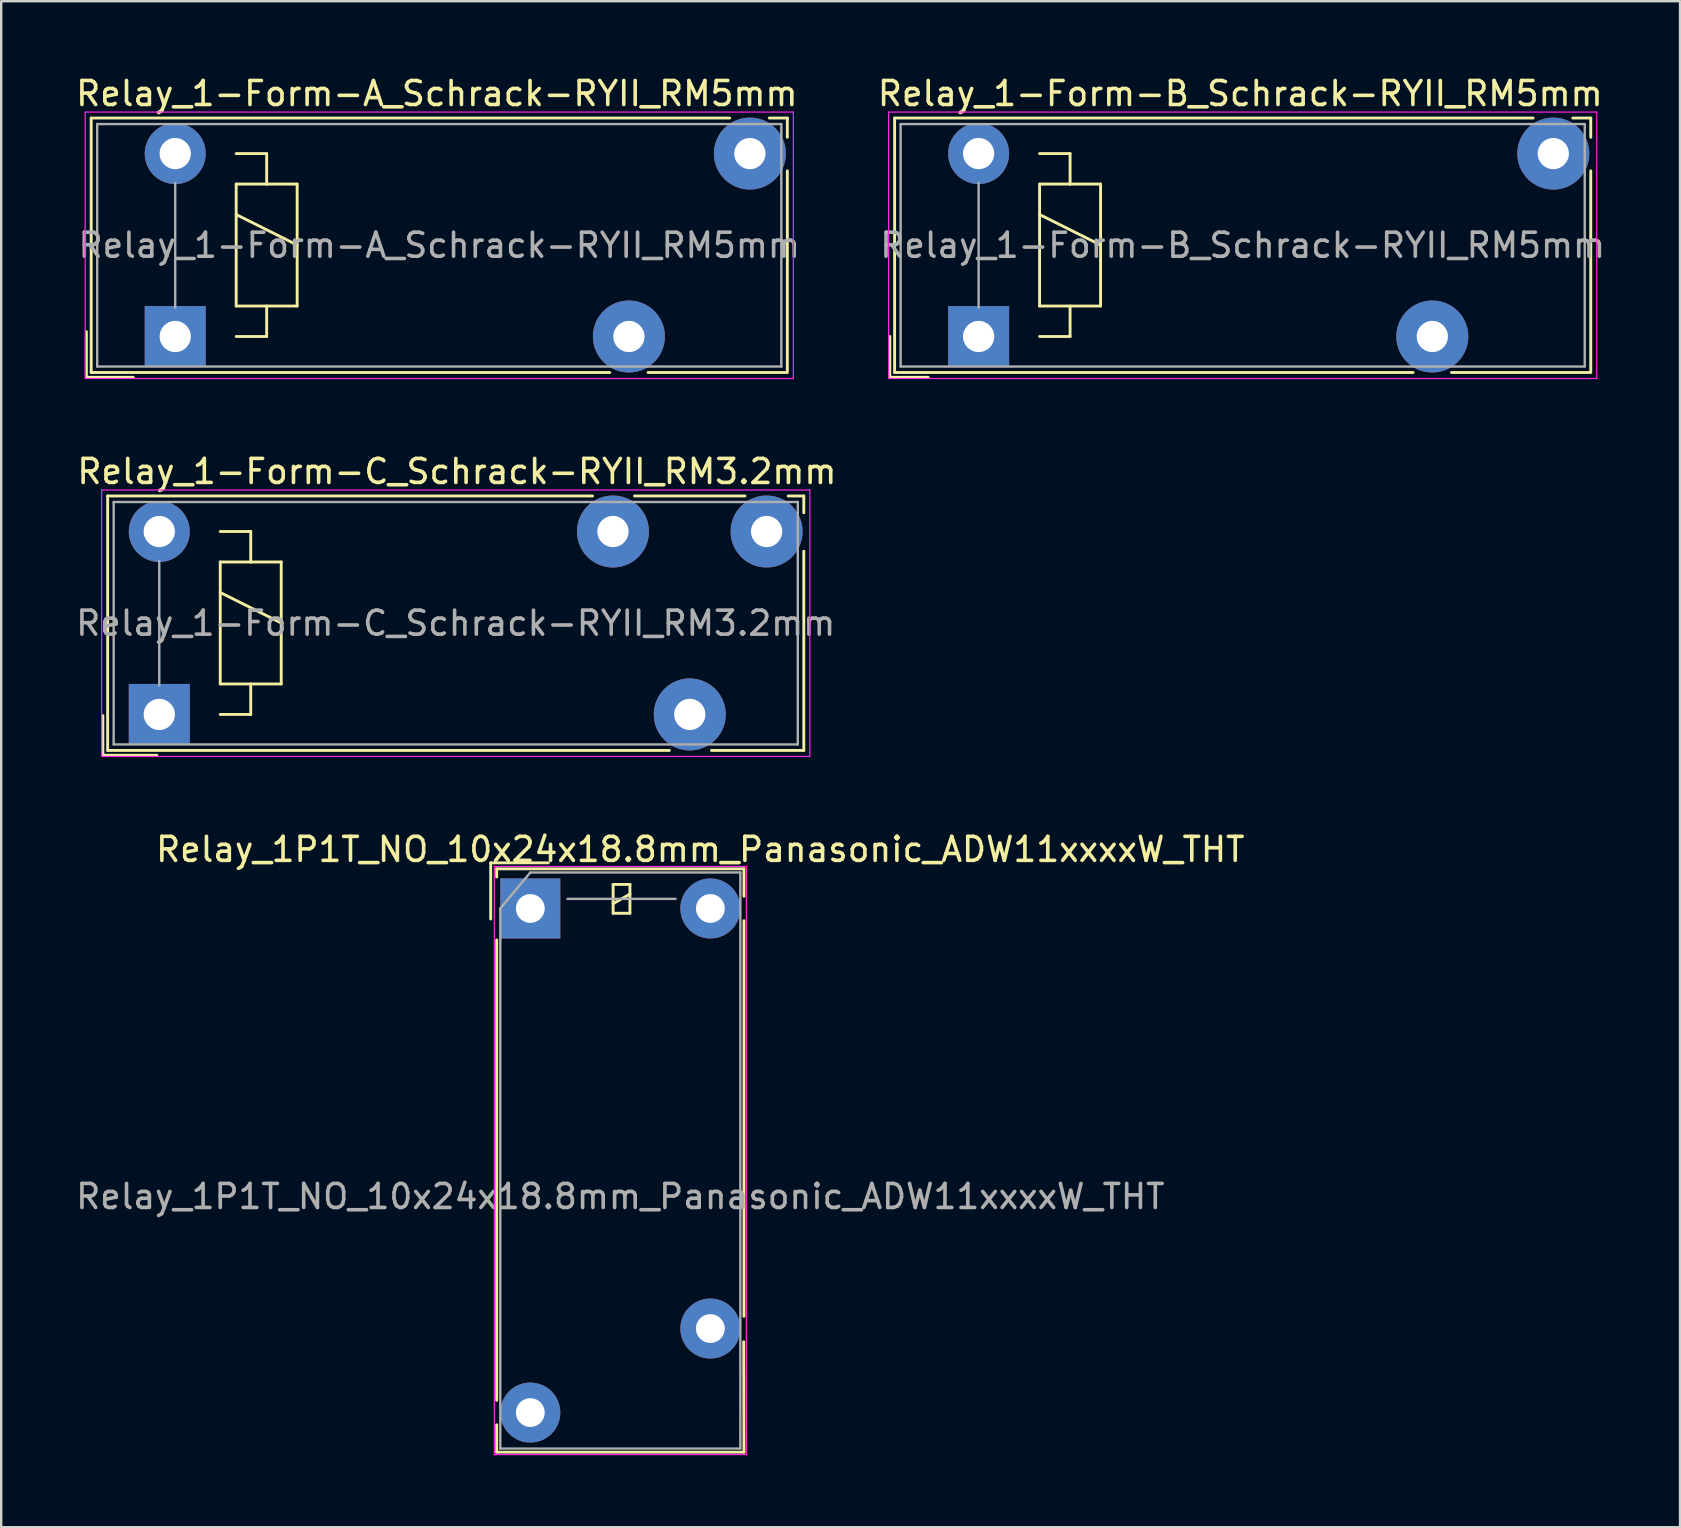
<source format=kicad_pcb>
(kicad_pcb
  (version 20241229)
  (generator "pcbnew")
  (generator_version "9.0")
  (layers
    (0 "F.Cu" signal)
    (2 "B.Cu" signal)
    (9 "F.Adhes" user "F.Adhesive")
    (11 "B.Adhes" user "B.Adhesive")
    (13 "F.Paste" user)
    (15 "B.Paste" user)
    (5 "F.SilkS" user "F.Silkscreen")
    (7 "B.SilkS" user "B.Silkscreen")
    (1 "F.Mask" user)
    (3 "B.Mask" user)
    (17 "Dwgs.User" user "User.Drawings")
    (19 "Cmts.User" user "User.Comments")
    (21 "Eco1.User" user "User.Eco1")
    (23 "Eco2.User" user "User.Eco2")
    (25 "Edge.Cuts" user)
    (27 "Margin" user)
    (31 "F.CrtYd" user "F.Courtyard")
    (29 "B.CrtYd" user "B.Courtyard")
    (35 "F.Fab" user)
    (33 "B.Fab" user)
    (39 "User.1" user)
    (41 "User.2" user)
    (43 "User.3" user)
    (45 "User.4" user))
  (footprint "Relay_1P1T_NO_10x24x18.8mm_Panasonic_ADW11xxxxW_THT"
    (layer "F.Cu")
    (at 19.042 34.795)
    (property "Reference" "Relay_1P1T_NO_10x24x18.8mm_Panasonic_ADW11xxxxW_THT" (at 7.08 -2.46 180) (layer "F.SilkS") (effects (font (size 1 1) (thickness 0.15))))
    (attr through_hole)
    (fp_line (start -1.65 -1.9) (end 0.75 -1.9) (stroke (width 0.12) (type solid)) (layer "F.SilkS"))
    (fp_line (start -1.65 0.44) (end -1.65 -1.9) (stroke (width 0.12) (type solid)) (layer "F.SilkS"))
    (fp_line (start -1.4 -1.65) (end -1.4 -1.31) (stroke (width 0.12) (type solid)) (layer "F.SilkS"))
    (fp_line (start -1.4 1.31) (end -1.4 20.49) (stroke (width 0.12) (type solid)) (layer "F.SilkS"))
    (fp_line (start -1.4 22.65) (end -1.4 21.51) (stroke (width 0.12) (type solid)) (layer "F.SilkS"))
    (fp_line (start 3.45 -1) (end 3.45 0.2) (stroke (width 0.12) (type solid)) (layer "F.SilkS"))
    (fp_line (start 3.45 -0.2) (end 4.15 -0.6) (stroke (width 0.12) (type solid)) (layer "F.SilkS"))
    (fp_line (start 3.45 0.2) (end 4.15 0.2) (stroke (width 0.12) (type solid)) (layer "F.SilkS"))
    (fp_line (start 4.15 -1) (end 3.45 -1) (stroke (width 0.12) (type solid)) (layer "F.SilkS"))
    (fp_line (start 4.15 0.2) (end 4.15 -1) (stroke (width 0.12) (type solid)) (layer "F.SilkS"))
    (fp_line (start 8.89 18.05) (end 8.9 22.65) (stroke (width 0.12) (type solid)) (layer "F.SilkS"))
    (fp_line (start 8.9 -1.65) (end -1.4 -1.65) (stroke (width 0.12) (type solid)) (layer "F.SilkS"))
    (fp_line (start 8.9 -1.65) (end 8.9 -0.51) (stroke (width 0.12) (type solid)) (layer "F.SilkS"))
    (fp_line (start 8.9 0.51) (end 8.9 16.99) (stroke (width 0.12) (type solid)) (layer "F.SilkS"))
    (fp_line (start 8.9 22.65) (end -1.4 22.65) (stroke (width 0.12) (type solid)) (layer "F.SilkS"))
    (fp_line (start -1.5 -1.75) (end -1.5 22.75) (stroke (width 0.05) (type solid)) (layer "F.CrtYd"))
    (fp_line (start 9 -1.75) (end -1.5 -1.75) (stroke (width 0.05) (type solid)) (layer "F.CrtYd"))
    (fp_line (start 9 22.75) (end -1.5 22.75) (stroke (width 0.05) (type solid)) (layer "F.CrtYd"))
    (fp_line (start 9 22.75) (end 9 -1.75) (stroke (width 0.05) (type solid)) (layer "F.CrtYd"))
    (fp_line (start -1.25 0) (end -1.25 22.5) (stroke (width 0.1) (type solid)) (layer "F.Fab"))
    (fp_line (start -1.25 0) (end 0 -1.5) (stroke (width 0.1) (type solid)) (layer "F.Fab"))
    (fp_line (start 1.55 -0.4) (end 6.05 -0.4) (stroke (width 0.1) (type solid)) (layer "F.Fab"))
    (fp_line (start 8.75 -1.5) (end 0 -1.5) (stroke (width 0.1) (type solid)) (layer "F.Fab"))
    (fp_line (start 8.75 22.5) (end -1.25 22.5) (stroke (width 0.1) (type solid)) (layer "F.Fab"))
    (fp_line (start 8.75 22.5) (end 8.75 -1.5) (stroke (width 0.1) (type solid)) (layer "F.Fab"))
    (fp_text user "${REFERENCE}" (at 3.75 12 180) (layer "F.Fab") (effects (font (size 1 1) (thickness 0.15))))
    (pad "1" thru_hole rect (at 0 0) (size 2.5 2.5) (drill 1.2) (layers "*.Cu" "*.Mask"))
    (pad "3" thru_hole oval (at 0 21) (size 2.5 2.5) (drill 1.2) (layers "*.Cu" "*.Mask"))
    (pad "5" thru_hole oval (at 7.5 17.5) (size 2.5 2.5) (drill 1.2) (layers "*.Cu" "*.Mask"))
    (pad "6" thru_hole oval (at 7.5 0) (size 2.5 2.5) (drill 1.2) (layers "*.Cu" "*.Mask")))
  (footprint "Relay_1-Form-A_Schrack-RYII_RM5mm"
    (layer "F.Cu")
    (at 4.249 10.968)
    (property "Reference" "Relay_1-Form-A_Schrack-RYII_RM5mm" (at 10.9 -10.12 0) (layer "F.SilkS") (effects (font (size 1 1) (thickness 0.15))))
    (attr through_hole)
    (fp_line (start -3.7 1.7) (end -3.7 -0.2) (stroke (width 0.12) (type solid)) (layer "F.SilkS"))
    (fp_line (start -3.5 -9.1) (end 23.1 -9.1) (stroke (width 0.12) (type solid)) (layer "F.SilkS"))
    (fp_line (start -3.5 1.5) (end -3.5 -9.1) (stroke (width 0.12) (type solid)) (layer "F.SilkS"))
    (fp_line (start -1.75 1.7) (end -3.7 1.7) (stroke (width 0.12) (type solid)) (layer "F.SilkS"))
    (fp_line (start 2.54 -7.62) (end 3.81 -7.62) (stroke (width 0.12) (type solid)) (layer "F.SilkS"))
    (fp_line (start 2.54 -6.35) (end 3.81 -6.35) (stroke (width 0.12) (type solid)) (layer "F.SilkS"))
    (fp_line (start 2.54 -5.08) (end 5.08 -3.81) (stroke (width 0.12) (type solid)) (layer "F.SilkS"))
    (fp_line (start 2.54 -1.27) (end 2.54 -6.35) (stroke (width 0.12) (type solid)) (layer "F.SilkS"))
    (fp_line (start 3.81 -7.62) (end 3.81 -6.35) (stroke (width 0.12) (type solid)) (layer "F.SilkS"))
    (fp_line (start 3.81 -6.35) (end 5.08 -6.35) (stroke (width 0.12) (type solid)) (layer "F.SilkS"))
    (fp_line (start 3.81 -1.27) (end 3.81 0) (stroke (width 0.12) (type solid)) (layer "F.SilkS"))
    (fp_line (start 3.81 0) (end 2.54 0) (stroke (width 0.12) (type solid)) (layer "F.SilkS"))
    (fp_line (start 5.08 -6.35) (end 5.08 -1.27) (stroke (width 0.12) (type solid)) (layer "F.SilkS"))
    (fp_line (start 5.08 -1.27) (end 2.54 -1.27) (stroke (width 0.12) (type solid)) (layer "F.SilkS"))
    (fp_line (start 18.1 1.5) (end -3.5 1.5) (stroke (width 0.12) (type solid)) (layer "F.SilkS"))
    (fp_line (start 24.75 -9.1) (end 25.5 -9.1) (stroke (width 0.12) (type solid)) (layer "F.SilkS"))
    (fp_line (start 25.45 1.5) (end 19.7 1.5) (stroke (width 0.12) (type solid)) (layer "F.SilkS"))
    (fp_line (start 25.5 -9.1) (end 25.5 -8.3) (stroke (width 0.12) (type solid)) (layer "F.SilkS"))
    (fp_line (start 25.5 -6.9) (end 25.5 1.5) (stroke (width 0.12) (type solid)) (layer "F.SilkS"))
    (fp_line (start -3.75 -9.35) (end -3.75 1.75) (stroke (width 0.05) (type solid)) (layer "F.CrtYd"))
    (fp_line (start -3.75 1.75) (end 25.75 1.75) (stroke (width 0.05) (type solid)) (layer "F.CrtYd"))
    (fp_line (start 25.75 -9.35) (end -3.75 -9.35) (stroke (width 0.05) (type solid)) (layer "F.CrtYd"))
    (fp_line (start 25.75 1.75) (end 25.75 -9.35) (stroke (width 0.05) (type solid)) (layer "F.CrtYd"))
    (fp_line (start -3.25 -8.85) (end 25.25 -8.85) (stroke (width 0.1) (type solid)) (layer "F.Fab"))
    (fp_line (start -3.25 1.25) (end -3.25 -8.85) (stroke (width 0.1) (type solid)) (layer "F.Fab"))
    (fp_line (start 0 -6.4) (end 0 -1.2) (stroke (width 0.1) (type solid)) (layer "F.Fab"))
    (fp_line (start 25.25 -8.85) (end 25.25 1.25) (stroke (width 0.1) (type solid)) (layer "F.Fab"))
    (fp_line (start 25.25 1.25) (end -3.25 1.25) (stroke (width 0.1) (type solid)) (layer "F.Fab"))
    (fp_text user "${REFERENCE}" (at 11 -3.8 0) (layer "F.Fab") (effects (font (size 1 1) (thickness 0.15))))
    (pad "11" thru_hole circle (at 18.9 0) (size 3 3) (drill 1.3) (layers "*.Cu" "*.Mask"))
    (pad "14" thru_hole circle (at 23.94 -7.62) (size 3 3) (drill 1.3) (layers "*.Cu" "*.Mask"))
    (pad "A1" thru_hole rect (at 0 0) (size 2.54 2.54) (drill 1.3) (layers "*.Cu" "*.Mask"))
    (pad "A2" thru_hole circle (at 0 -7.62) (size 2.54 2.54) (drill 1.3) (layers "*.Cu" "*.Mask")))
  (footprint "Relay_1-Form-B_Schrack-RYII_RM5mm"
    (layer "F.Cu")
    (at 37.718 10.968)
    (property "Reference" "Relay_1-Form-B_Schrack-RYII_RM5mm" (at 10.9 -10.12 0) (layer "F.SilkS") (effects (font (size 1 1) (thickness 0.15))))
    (attr through_hole)
    (fp_line (start -3.7 0) (end -3.7 1.7) (stroke (width 0.12) (type solid)) (layer "F.SilkS"))
    (fp_line (start -3.7 1.7) (end -2.1 1.7) (stroke (width 0.12) (type solid)) (layer "F.SilkS"))
    (fp_line (start -3.5 -9.1) (end 23.1 -9.1) (stroke (width 0.12) (type solid)) (layer "F.SilkS"))
    (fp_line (start -3.5 1.5) (end -3.5 -9.1) (stroke (width 0.12) (type solid)) (layer "F.SilkS"))
    (fp_line (start 2.54 -7.62) (end 3.81 -7.62) (stroke (width 0.12) (type solid)) (layer "F.SilkS"))
    (fp_line (start 2.54 -6.35) (end 3.81 -6.35) (stroke (width 0.12) (type solid)) (layer "F.SilkS"))
    (fp_line (start 2.54 -5.08) (end 5.08 -3.81) (stroke (width 0.12) (type solid)) (layer "F.SilkS"))
    (fp_line (start 2.54 -1.27) (end 2.54 -6.35) (stroke (width 0.12) (type solid)) (layer "F.SilkS"))
    (fp_line (start 3.81 -7.62) (end 3.81 -6.35) (stroke (width 0.12) (type solid)) (layer "F.SilkS"))
    (fp_line (start 3.81 -6.35) (end 5.08 -6.35) (stroke (width 0.12) (type solid)) (layer "F.SilkS"))
    (fp_line (start 3.81 -1.27) (end 3.81 0) (stroke (width 0.12) (type solid)) (layer "F.SilkS"))
    (fp_line (start 3.81 0) (end 2.54 0) (stroke (width 0.12) (type solid)) (layer "F.SilkS"))
    (fp_line (start 5.08 -6.35) (end 5.08 -1.27) (stroke (width 0.12) (type solid)) (layer "F.SilkS"))
    (fp_line (start 5.08 -1.27) (end 2.54 -1.27) (stroke (width 0.12) (type solid)) (layer "F.SilkS"))
    (fp_line (start 18.1 1.5) (end -3.5 1.5) (stroke (width 0.12) (type solid)) (layer "F.SilkS"))
    (fp_line (start 24.75 -9.1) (end 25.5 -9.1) (stroke (width 0.12) (type solid)) (layer "F.SilkS"))
    (fp_line (start 25.45 1.5) (end 19.7 1.5) (stroke (width 0.12) (type solid)) (layer "F.SilkS"))
    (fp_line (start 25.5 -9.1) (end 25.5 -8.3) (stroke (width 0.12) (type solid)) (layer "F.SilkS"))
    (fp_line (start 25.5 -6.9) (end 25.5 1.5) (stroke (width 0.12) (type solid)) (layer "F.SilkS"))
    (fp_line (start -3.75 -9.35) (end -3.75 1.75) (stroke (width 0.05) (type solid)) (layer "F.CrtYd"))
    (fp_line (start -3.75 1.75) (end 25.75 1.75) (stroke (width 0.05) (type solid)) (layer "F.CrtYd"))
    (fp_line (start 25.75 -9.35) (end -3.75 -9.35) (stroke (width 0.05) (type solid)) (layer "F.CrtYd"))
    (fp_line (start 25.75 1.75) (end 25.75 -9.35) (stroke (width 0.05) (type solid)) (layer "F.CrtYd"))
    (fp_line (start -3.25 -8.85) (end 25.25 -8.85) (stroke (width 0.1) (type solid)) (layer "F.Fab"))
    (fp_line (start -3.25 1.25) (end -3.25 -8.85) (stroke (width 0.1) (type solid)) (layer "F.Fab"))
    (fp_line (start 0 -6.4) (end 0 -1.2) (stroke (width 0.1) (type solid)) (layer "F.Fab"))
    (fp_line (start 25.25 -8.85) (end 25.25 1.25) (stroke (width 0.1) (type solid)) (layer "F.Fab"))
    (fp_line (start 25.25 1.25) (end -3.25 1.25) (stroke (width 0.1) (type solid)) (layer "F.Fab"))
    (fp_text user "${REFERENCE}" (at 11 -3.8 0) (layer "F.Fab") (effects (font (size 1 1) (thickness 0.15))))
    (pad "11" thru_hole circle (at 18.9 0) (size 3 3) (drill 1.3) (layers "*.Cu" "*.Mask"))
    (pad "12" thru_hole circle (at 23.94 -7.62) (size 3 3) (drill 1.3) (layers "*.Cu" "*.Mask"))
    (pad "A1" thru_hole rect (at 0 0) (size 2.54 2.54) (drill 1.3) (layers "*.Cu" "*.Mask"))
    (pad "A2" thru_hole circle (at 0 -7.62) (size 2.54 2.54) (drill 1.3) (layers "*.Cu" "*.Mask")))
  (footprint "Relay_1-Form-C_Schrack-RYII_RM3.2mm"
    (layer "F.Cu")
    (at 3.585 26.712)
    (property "Reference" "Relay_1-Form-C_Schrack-RYII_RM3.2mm" (at 12.4 -10.12 0) (layer "F.SilkS") (effects (font (size 1 1) (thickness 0.15))))
    (attr through_hole)
    (fp_line (start -2.35 0.05) (end -2.35 1.7) (stroke (width 0.12) (type solid)) (layer "F.SilkS"))
    (fp_line (start -2.35 1.7) (end -0.1 1.7) (stroke (width 0.12) (type solid)) (layer "F.SilkS"))
    (fp_line (start -2.15 -9.1) (end 18.05 -9.1) (stroke (width 0.12) (type solid)) (layer "F.SilkS"))
    (fp_line (start -2.15 1.5) (end -2.15 -9.1) (stroke (width 0.12) (type solid)) (layer "F.SilkS"))
    (fp_line (start 2.54 -7.62) (end 3.81 -7.62) (stroke (width 0.12) (type solid)) (layer "F.SilkS"))
    (fp_line (start 2.54 -6.35) (end 3.81 -6.35) (stroke (width 0.12) (type solid)) (layer "F.SilkS"))
    (fp_line (start 2.54 -5.08) (end 5.08 -3.81) (stroke (width 0.12) (type solid)) (layer "F.SilkS"))
    (fp_line (start 2.54 -1.27) (end 2.54 -6.35) (stroke (width 0.12) (type solid)) (layer "F.SilkS"))
    (fp_line (start 3.81 -7.62) (end 3.81 -6.35) (stroke (width 0.12) (type solid)) (layer "F.SilkS"))
    (fp_line (start 3.81 -6.35) (end 5.08 -6.35) (stroke (width 0.12) (type solid)) (layer "F.SilkS"))
    (fp_line (start 3.81 -1.27) (end 3.81 0) (stroke (width 0.12) (type solid)) (layer "F.SilkS"))
    (fp_line (start 3.81 0) (end 2.54 0) (stroke (width 0.12) (type solid)) (layer "F.SilkS"))
    (fp_line (start 5.08 -6.35) (end 5.08 -1.27) (stroke (width 0.12) (type solid)) (layer "F.SilkS"))
    (fp_line (start 5.08 -1.27) (end 2.54 -1.27) (stroke (width 0.12) (type solid)) (layer "F.SilkS"))
    (fp_line (start 19.8 -9.1) (end 24.4 -9.1) (stroke (width 0.12) (type solid)) (layer "F.SilkS"))
    (fp_line (start 21.25 1.5) (end -2.15 1.5) (stroke (width 0.12) (type solid)) (layer "F.SilkS"))
    (fp_line (start 26.2 -9.1) (end 26.85 -9.1) (stroke (width 0.12) (type solid)) (layer "F.SilkS"))
    (fp_line (start 26.85 -9.1) (end 26.85 -8.4) (stroke (width 0.12) (type solid)) (layer "F.SilkS"))
    (fp_line (start 26.85 -6.8) (end 26.85 1.5) (stroke (width 0.12) (type solid)) (layer "F.SilkS"))
    (fp_line (start 26.85 1.5) (end 23 1.5) (stroke (width 0.12) (type solid)) (layer "F.SilkS"))
    (fp_line (start -2.4 -9.35) (end -2.4 1.75) (stroke (width 0.05) (type solid)) (layer "F.CrtYd"))
    (fp_line (start -2.4 1.75) (end 27.1 1.75) (stroke (width 0.05) (type solid)) (layer "F.CrtYd"))
    (fp_line (start 27.1 -9.35) (end -2.4 -9.35) (stroke (width 0.05) (type solid)) (layer "F.CrtYd"))
    (fp_line (start 27.1 1.75) (end 27.1 -9.35) (stroke (width 0.05) (type solid)) (layer "F.CrtYd"))
    (fp_line (start -1.9 -8.85) (end 26.6 -8.85) (stroke (width 0.1) (type solid)) (layer "F.Fab"))
    (fp_line (start -1.9 1.25) (end -1.9 -8.85) (stroke (width 0.1) (type solid)) (layer "F.Fab"))
    (fp_line (start 0 -6.4) (end 0 -1.2) (stroke (width 0.1) (type solid)) (layer "F.Fab"))
    (fp_line (start 26.6 -8.85) (end 26.6 1.25) (stroke (width 0.1) (type solid)) (layer "F.Fab"))
    (fp_line (start 26.6 1.25) (end -1.9 1.25) (stroke (width 0.1) (type solid)) (layer "F.Fab"))
    (fp_text user "${REFERENCE}" (at 12.35 -3.8 0) (layer "F.Fab") (effects (font (size 1 1) (thickness 0.15))))
    (pad "11" thru_hole circle (at 22.1 0) (size 3 3) (drill 1.3) (layers "*.Cu" "*.Mask"))
    (pad "12" thru_hole circle (at 18.9 -7.62) (size 3 3) (drill 1.3) (layers "*.Cu" "*.Mask"))
    (pad "14" thru_hole circle (at 25.3 -7.62) (size 3 3) (drill 1.3) (layers "*.Cu" "*.Mask"))
    (pad "A1" thru_hole rect (at 0 0) (size 2.54 2.54) (drill 1.3) (layers "*.Cu" "*.Mask"))
    (pad "A2" thru_hole circle (at 0 -7.62) (size 2.54 2.54) (drill 1.3) (layers "*.Cu" "*.Mask")))
  (gr_rect
    (start -3 -3)
    (end 66.938 60.57)
    (stroke (width 0.1) (type default))
    (fill no)
    (layer "Edge.Cuts")))
</source>
